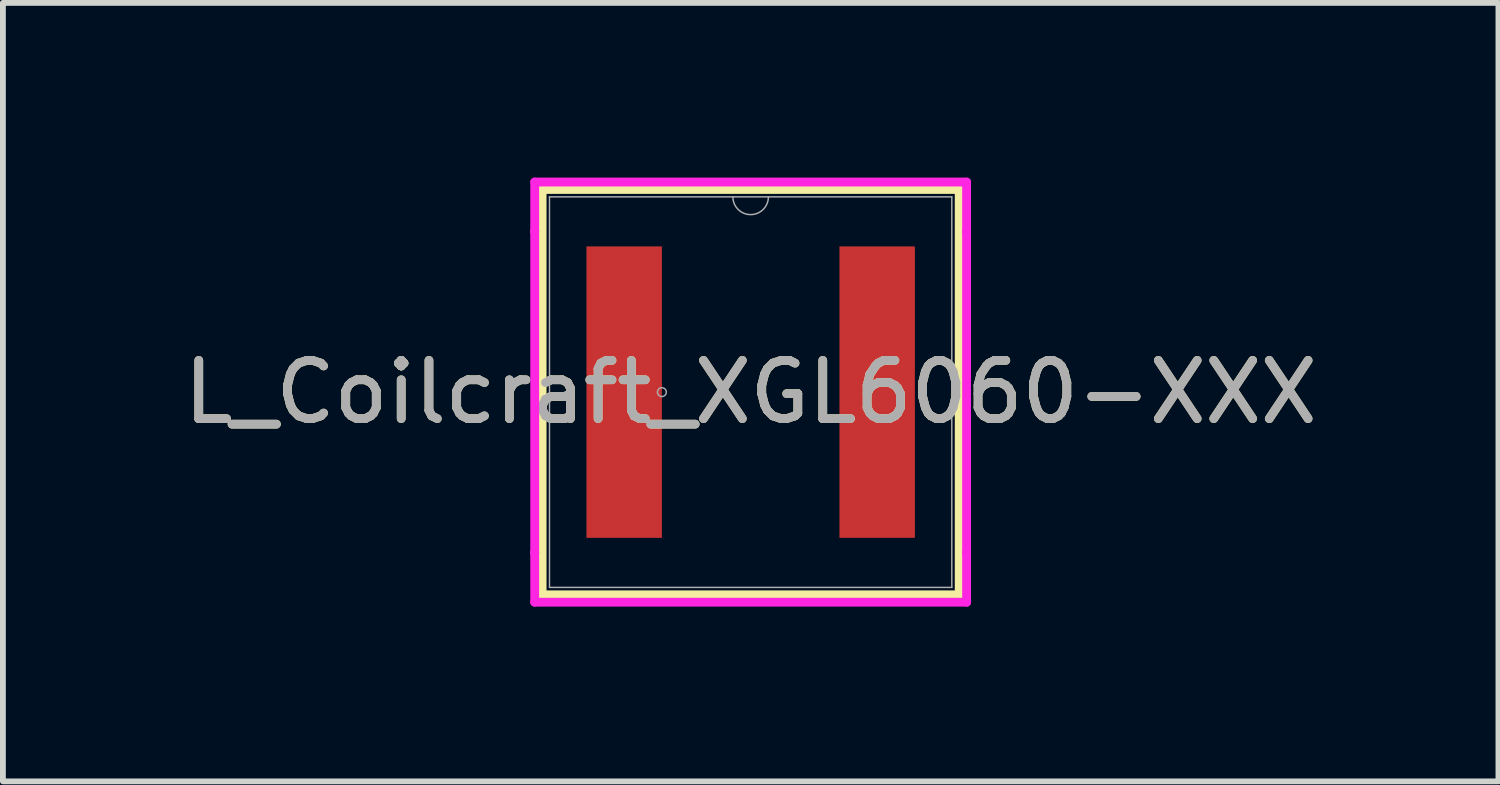
<source format=kicad_pcb>
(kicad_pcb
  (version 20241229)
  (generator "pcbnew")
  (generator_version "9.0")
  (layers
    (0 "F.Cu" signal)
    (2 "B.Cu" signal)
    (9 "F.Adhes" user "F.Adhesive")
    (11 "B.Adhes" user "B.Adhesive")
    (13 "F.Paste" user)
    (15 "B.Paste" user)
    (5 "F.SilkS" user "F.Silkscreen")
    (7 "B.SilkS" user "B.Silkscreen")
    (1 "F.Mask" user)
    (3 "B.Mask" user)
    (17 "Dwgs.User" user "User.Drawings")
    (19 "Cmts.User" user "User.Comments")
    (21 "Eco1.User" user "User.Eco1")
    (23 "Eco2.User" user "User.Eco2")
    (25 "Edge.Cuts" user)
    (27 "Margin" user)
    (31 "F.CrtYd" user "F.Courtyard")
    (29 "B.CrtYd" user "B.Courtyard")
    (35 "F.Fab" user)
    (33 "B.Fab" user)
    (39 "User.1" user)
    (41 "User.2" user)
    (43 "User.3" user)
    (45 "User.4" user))
  (footprint "L_Coilcraft_XGL6060-XXX"
    (layer "F.Cu")
    (at 9.839 3.683)
    (property "Reference" "L_Coilcraft_XGL6060-XXX" (at 0 0 0) (unlocked yes) (layer "F.SilkS") (effects (font (size 1 1) (thickness 0.15))))
    (attr smd)
    (fp_line (start -3.581 -3.48) (end -3.581 3.48) (stroke (width 0.152) (type solid)) (layer "F.SilkS"))
    (fp_line (start -3.581 3.48) (end 3.581 3.48) (stroke (width 0.152) (type solid)) (layer "F.SilkS"))
    (fp_line (start 3.581 -3.48) (end -3.581 -3.48) (stroke (width 0.152) (type solid)) (layer "F.SilkS"))
    (fp_line (start 3.581 3.48) (end 3.581 -3.48) (stroke (width 0.152) (type solid)) (layer "F.SilkS"))
    (fp_line (start -3.708 -3.607) (end 3.708 -3.607) (stroke (width 0.152) (type solid)) (layer "F.CrtYd"))
    (fp_line (start -3.708 -2.756) (end -3.708 -3.607) (stroke (width 0.152) (type solid)) (layer "F.CrtYd"))
    (fp_line (start -3.708 -2.756) (end -3.708 -2.756) (stroke (width 0.152) (type solid)) (layer "F.CrtYd"))
    (fp_line (start -3.708 2.756) (end -3.708 -2.756) (stroke (width 0.152) (type solid)) (layer "F.CrtYd"))
    (fp_line (start -3.708 2.756) (end -3.708 2.756) (stroke (width 0.152) (type solid)) (layer "F.CrtYd"))
    (fp_line (start -3.708 3.607) (end -3.708 2.756) (stroke (width 0.152) (type solid)) (layer "F.CrtYd"))
    (fp_line (start 3.708 -3.607) (end 3.708 -2.756) (stroke (width 0.152) (type solid)) (layer "F.CrtYd"))
    (fp_line (start 3.708 -2.756) (end 3.708 -2.756) (stroke (width 0.152) (type solid)) (layer "F.CrtYd"))
    (fp_line (start 3.708 -2.756) (end 3.708 2.756) (stroke (width 0.152) (type solid)) (layer "F.CrtYd"))
    (fp_line (start 3.708 2.756) (end 3.708 2.756) (stroke (width 0.152) (type solid)) (layer "F.CrtYd"))
    (fp_line (start 3.708 2.756) (end 3.708 3.607) (stroke (width 0.152) (type solid)) (layer "F.CrtYd"))
    (fp_line (start 3.708 3.607) (end -3.708 3.607) (stroke (width 0.152) (type solid)) (layer "F.CrtYd"))
    (fp_line (start -3.454 -3.353) (end -3.454 3.353) (stroke (width 0.025) (type solid)) (layer "F.Fab"))
    (fp_line (start -3.454 3.353) (end 3.454 3.353) (stroke (width 0.025) (type solid)) (layer "F.Fab"))
    (fp_line (start 3.454 -3.353) (end -3.454 -3.353) (stroke (width 0.025) (type solid)) (layer "F.Fab"))
    (fp_line (start 3.454 3.353) (end 3.454 -3.353) (stroke (width 0.025) (type solid)) (layer "F.Fab"))
    (fp_arc (start 0.3048 -3.3528) (mid 0 -3.048) (end -0.3048 -3.3528) (stroke (width 0.0254) (type solid)) (layer "F.Fab"))
    (fp_circle (center -1.524 0) (end -1.448 0) (stroke (width 0.025) (type solid)) (fill no) (layer "F.Fab"))
    (fp_text user "${REFERENCE}" (at 0 0 0) (unlocked yes) (layer "F.Fab") (effects (font (size 1 1) (thickness 0.15))))
    (pad "1" smd rect (at -2.172 0) (size 1.295 5.004) (layers "F.Cu" "F.Mask" "F.Paste"))
    (pad "2" smd rect (at 2.172 0) (size 1.295 5.004) (layers "F.Cu" "F.Mask" "F.Paste")))
  (gr_rect
    (start -3 -3)
    (end 22.679 10.366)
    (stroke (width 0.1) (type default))
    (fill no)
    (layer "Edge.Cuts")))
</source>
